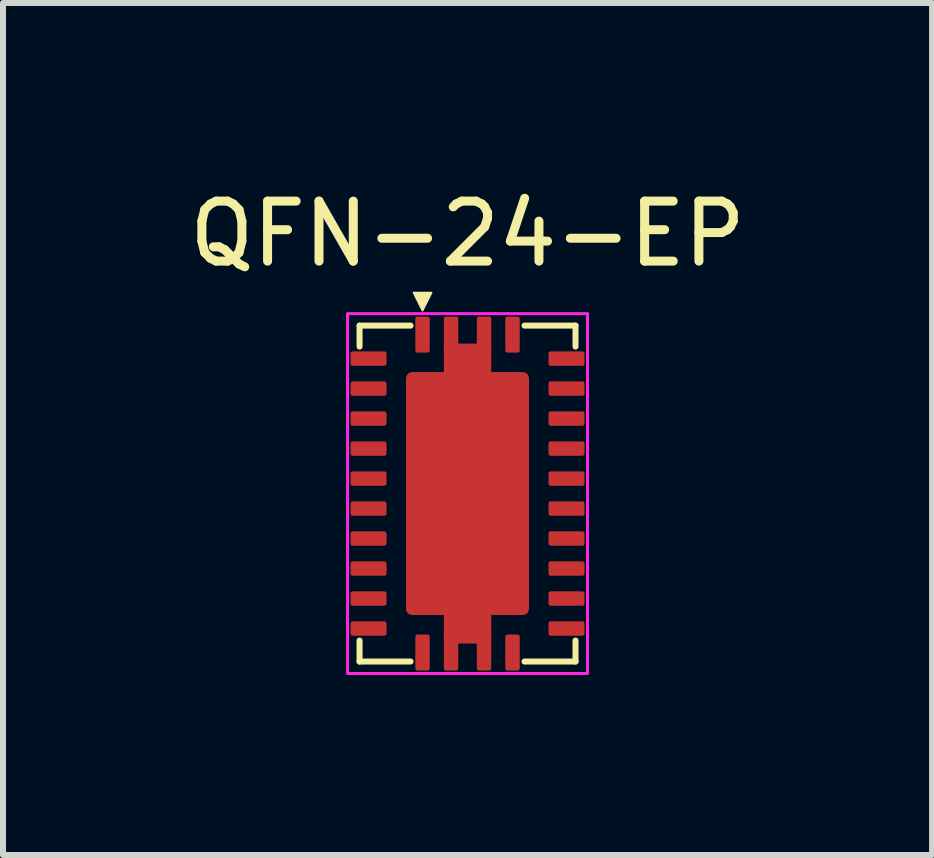
<source format=kicad_pcb>
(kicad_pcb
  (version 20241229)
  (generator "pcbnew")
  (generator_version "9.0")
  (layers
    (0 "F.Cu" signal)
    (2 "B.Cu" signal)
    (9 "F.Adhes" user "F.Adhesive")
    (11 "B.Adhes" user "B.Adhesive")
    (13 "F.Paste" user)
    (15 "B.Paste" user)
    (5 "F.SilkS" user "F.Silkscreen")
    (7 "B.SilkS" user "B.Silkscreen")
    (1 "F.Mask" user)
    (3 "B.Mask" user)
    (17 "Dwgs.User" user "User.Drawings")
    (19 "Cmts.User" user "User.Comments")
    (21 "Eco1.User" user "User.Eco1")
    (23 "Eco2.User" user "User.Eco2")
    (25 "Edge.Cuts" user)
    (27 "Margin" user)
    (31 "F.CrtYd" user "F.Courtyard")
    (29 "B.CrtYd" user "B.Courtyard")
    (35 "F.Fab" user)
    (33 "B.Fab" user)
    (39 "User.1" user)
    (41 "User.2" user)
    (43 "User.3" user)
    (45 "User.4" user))
  (footprint "QFN-24-EP"
    (layer "F.Cu")
    (at 4.744 5.178)
    (property "Reference" "QFN-24-EP" (at 0 -4.33 0) (layer "F.SilkS") (effects (font (size 1 1) (thickness 0.15))))
    (attr smd)
    (fp_line (start -1.8 -2.8) (end -1.8 -2.45) (stroke (width 0.1) (type default)) (layer "F.SilkS"))
    (fp_line (start -1.8 2.45) (end -1.8 2.8) (stroke (width 0.1) (type default)) (layer "F.SilkS"))
    (fp_line (start -1.8 2.8) (end -0.95 2.8) (stroke (width 0.1) (type default)) (layer "F.SilkS"))
    (fp_line (start -0.95 -2.8) (end -1.8 -2.8) (stroke (width 0.1) (type default)) (layer "F.SilkS"))
    (fp_line (start 0.95 2.8) (end 1.8 2.8) (stroke (width 0.1) (type default)) (layer "F.SilkS"))
    (fp_line (start 1.8 -2.8) (end 0.95 -2.8) (stroke (width 0.1) (type default)) (layer "F.SilkS"))
    (fp_line (start 1.8 -2.45) (end 1.8 -2.8) (stroke (width 0.1) (type default)) (layer "F.SilkS"))
    (fp_line (start 1.8 2.8) (end 1.8 2.45) (stroke (width 0.1) (type default)) (layer "F.SilkS"))
    (fp_poly (pts (xy -0.75 -3.05) (xy -0.9 -3.35) (xy -0.6 -3.35)) (stroke (width 0.03) (type solid)) (fill yes) (layer "F.SilkS"))
    (fp_rect (start -2 -3) (end 2 3) (stroke (width 0.05) (type default)) (fill no) (layer "F.CrtYd"))
    (pad "" smd roundrect (at -0.5 -1.5) (size 0.8 0.8) (layers "F.Paste") (roundrect_rratio 0.1))
    (pad "" smd roundrect (at -0.5 -0.5) (size 0.8 0.8) (layers "F.Paste") (roundrect_rratio 0.1))
    (pad "" smd roundrect (at -0.5 0.5) (size 0.8 0.8) (layers "F.Paste") (roundrect_rratio 0.1))
    (pad "" smd roundrect (at -0.5 1.5) (size 0.8 0.8) (layers "F.Paste") (roundrect_rratio 0.1))
    (pad "" smd roundrect (at 0 -2.3 90) (size 0.3 0.79) (layers "F.Paste") (roundrect_rratio 0.15))
    (pad "" smd roundrect (at 0 2.3 270) (size 0.3 0.79) (layers "F.Paste") (roundrect_rratio 0.15))
    (pad "" smd roundrect (at 0.5 -1.5) (size 0.8 0.8) (layers "F.Paste") (roundrect_rratio 0.1))
    (pad "" smd roundrect (at 0.5 -0.5) (size 0.8 0.8) (layers "F.Paste") (roundrect_rratio 0.1))
    (pad "" smd roundrect (at 0.5 0.5) (size 0.8 0.8) (layers "F.Paste") (roundrect_rratio 0.1))
    (pad "" smd roundrect (at 0.5 1.5) (size 0.8 0.8) (layers "F.Paste") (roundrect_rratio 0.1))
    (pad "1" smd roundrect (at -0.75 -2.65 270) (size 0.6 0.24) (layers "F.Cu" "F.Mask" "F.Paste") (roundrect_rratio 0.15))
    (pad "2" smd roundrect (at -1.65 -2.25) (size 0.6 0.24) (layers "F.Cu" "F.Mask" "F.Paste") (roundrect_rratio 0.15))
    (pad "3" smd roundrect (at -1.65 -1.75) (size 0.6 0.24) (layers "F.Cu" "F.Mask" "F.Paste") (roundrect_rratio 0.15))
    (pad "4" smd roundrect (at -1.65 -1.25) (size 0.6 0.24) (layers "F.Cu" "F.Mask" "F.Paste") (roundrect_rratio 0.15))
    (pad "5" smd roundrect (at -1.65 -0.75) (size 0.6 0.24) (layers "F.Cu" "F.Mask" "F.Paste") (roundrect_rratio 0.15))
    (pad "6" smd roundrect (at -1.65 -0.25) (size 0.6 0.24) (layers "F.Cu" "F.Mask" "F.Paste") (roundrect_rratio 0.15))
    (pad "7" smd roundrect (at -1.65 0.25) (size 0.6 0.24) (layers "F.Cu" "F.Mask" "F.Paste") (roundrect_rratio 0.15))
    (pad "8" smd roundrect (at -1.65 0.75) (size 0.6 0.24) (layers "F.Cu" "F.Mask" "F.Paste") (roundrect_rratio 0.15))
    (pad "9" smd roundrect (at -1.65 1.25) (size 0.6 0.24) (layers "F.Cu" "F.Mask" "F.Paste") (roundrect_rratio 0.15))
    (pad "10" smd roundrect (at -1.65 1.75) (size 0.6 0.24) (layers "F.Cu" "F.Mask" "F.Paste") (roundrect_rratio 0.15))
    (pad "11" smd roundrect (at -1.65 2.25) (size 0.6 0.24) (layers "F.Cu" "F.Mask" "F.Paste") (roundrect_rratio 0.15))
    (pad "12" smd roundrect (at -0.75 2.65 90) (size 0.6 0.24) (layers "F.Cu" "F.Mask" "F.Paste") (roundrect_rratio 0.15))
    (pad "13" smd roundrect (at 0.75 2.65 90) (size 0.6 0.24) (layers "F.Cu" "F.Mask" "F.Paste") (roundrect_rratio 0.15))
    (pad "14" smd roundrect (at 1.65 2.25 180) (size 0.6 0.24) (layers "F.Cu" "F.Mask" "F.Paste") (roundrect_rratio 0.15))
    (pad "15" smd roundrect (at 1.65 1.75 180) (size 0.6 0.24) (layers "F.Cu" "F.Mask" "F.Paste") (roundrect_rratio 0.15))
    (pad "16" smd roundrect (at 1.65 1.25 180) (size 0.6 0.24) (layers "F.Cu" "F.Mask" "F.Paste") (roundrect_rratio 0.15))
    (pad "17" smd roundrect (at 1.65 0.75 180) (size 0.6 0.24) (layers "F.Cu" "F.Mask" "F.Paste") (roundrect_rratio 0.15))
    (pad "18" smd roundrect (at 1.65 0.25 180) (size 0.6 0.24) (layers "F.Cu" "F.Mask" "F.Paste") (roundrect_rratio 0.15))
    (pad "19" smd roundrect (at 1.65 -0.25 180) (size 0.6 0.24) (layers "F.Cu" "F.Mask" "F.Paste") (roundrect_rratio 0.15))
    (pad "20" smd roundrect (at 1.65 -0.75 180) (size 0.6 0.24) (layers "F.Cu" "F.Mask" "F.Paste") (roundrect_rratio 0.15))
    (pad "21" smd roundrect (at 1.65 -1.25 180) (size 0.6 0.24) (layers "F.Cu" "F.Mask" "F.Paste") (roundrect_rratio 0.15))
    (pad "22" smd roundrect (at 1.65 -1.75 180) (size 0.6 0.24) (layers "F.Cu" "F.Mask" "F.Paste") (roundrect_rratio 0.15))
    (pad "23" smd roundrect (at 1.65 -2.25 180) (size 0.6 0.24) (layers "F.Cu" "F.Mask" "F.Paste") (roundrect_rratio 0.15))
    (pad "24" smd roundrect (at 0.75 -2.65 270) (size 0.6 0.24) (layers "F.Cu" "F.Mask" "F.Paste") (roundrect_rratio 0.15))
    (pad "EP" smd roundrect (at -0.275 -2.65 270) (size 0.6 0.24) (layers "F.Cu" "F.Mask" "F.Paste") (roundrect_rratio 0.15))
    (pad "EP" smd roundrect (at -0.275 2.65 90) (size 0.6 0.24) (layers "F.Cu" "F.Mask" "F.Paste") (roundrect_rratio 0.15))
    (pad "EP" smd roundrect (at 0 -2.2 270) (size 0.6 0.79) (layers "F.Cu" "F.Mask") (roundrect_rratio 0.15))
    (pad "EP" smd roundrect (at 0 0) (size 2.05 4.05) (property pad_prop_heatsink) (layers "F.Cu" "F.Mask") (roundrect_rratio 0.05))
    (pad "EP" smd roundrect (at 0 2.2 90) (size 0.6 0.79) (layers "F.Cu" "F.Mask") (roundrect_rratio 0.15))
    (pad "EP" smd roundrect (at 0.275 -2.65 270) (size 0.6 0.24) (layers "F.Cu" "F.Mask" "F.Paste") (roundrect_rratio 0.15))
    (pad "EP" smd roundrect (at 0.275 2.65 90) (size 0.6 0.24) (layers "F.Cu" "F.Mask" "F.Paste") (roundrect_rratio 0.15)))
  (gr_rect
    (start -3 -3)
    (end 12.488 11.203)
    (stroke (width 0.1) (type default))
    (fill no)
    (layer "Edge.Cuts")))
</source>
